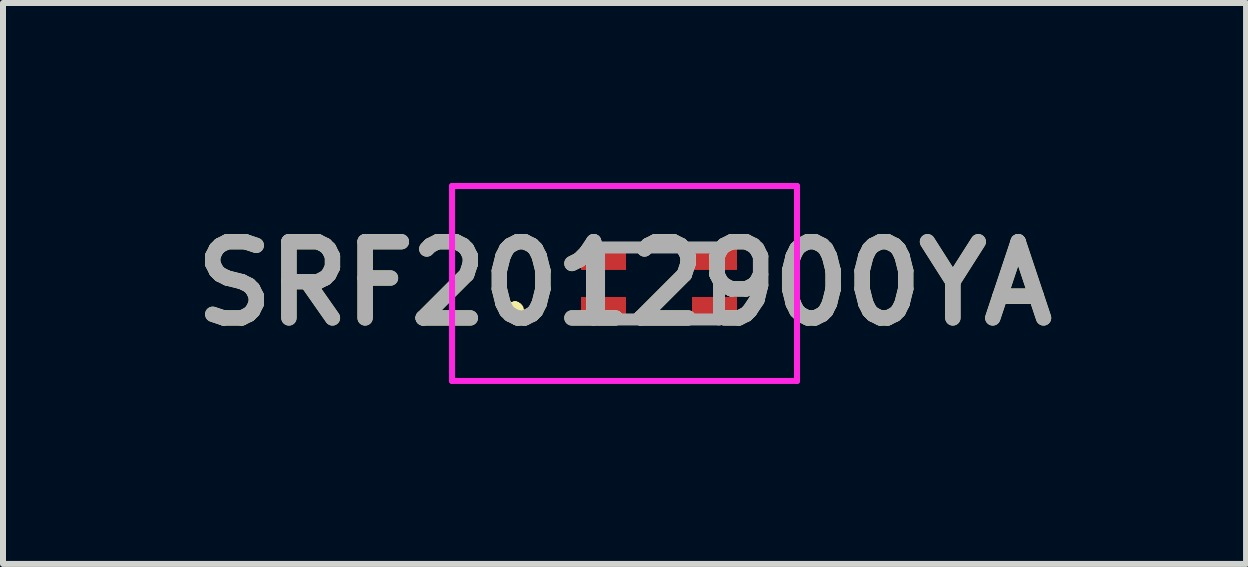
<source format=kicad_pcb>
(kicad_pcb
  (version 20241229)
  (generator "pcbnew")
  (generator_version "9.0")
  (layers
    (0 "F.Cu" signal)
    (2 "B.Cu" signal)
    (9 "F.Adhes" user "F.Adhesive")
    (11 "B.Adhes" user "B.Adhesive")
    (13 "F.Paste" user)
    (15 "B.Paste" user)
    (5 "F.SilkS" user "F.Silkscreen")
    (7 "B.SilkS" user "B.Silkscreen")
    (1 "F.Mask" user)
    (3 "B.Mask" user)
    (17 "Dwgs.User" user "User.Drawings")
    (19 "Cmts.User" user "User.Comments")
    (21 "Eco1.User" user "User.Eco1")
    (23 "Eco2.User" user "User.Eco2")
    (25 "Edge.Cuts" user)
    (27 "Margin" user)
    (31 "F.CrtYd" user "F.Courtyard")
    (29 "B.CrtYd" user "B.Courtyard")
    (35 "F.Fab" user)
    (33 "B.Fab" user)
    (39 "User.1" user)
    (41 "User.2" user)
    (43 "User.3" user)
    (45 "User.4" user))
  (footprint "SRF2012900YA"
    (layer "F.Cu")
    (at 7.935 1.675)
    (property "Reference" "SRF2012900YA" (at -0.575 0 0) (layer "F.SilkS") (effects (font (size 1.27 1.27) (thickness 0.254))))
    (attr smd)
    (fp_line (start -2.4 0.4) (end -2.4 0.4) (stroke (width 0.2) (type solid)) (layer "F.SilkS"))
    (fp_line (start -2.4 0.4) (end -2.4 0.4) (stroke (width 0.2) (type solid)) (layer "F.SilkS"))
    (fp_line (start -2.4 0.5) (end -2.4 0.5) (stroke (width 0.2) (type solid)) (layer "F.SilkS"))
    (fp_arc (start -2.4 0.4) (mid -2.35 0.45) (end -2.4 0.5) (stroke (width 0.2) (type solid)) (layer "F.SilkS"))
    (fp_arc (start -2.4 0.5) (mid -2.45 0.45) (end -2.4 0.4) (stroke (width 0.2) (type solid)) (layer "F.SilkS"))
    (fp_arc (start -2.4 0.5) (mid -2.45 0.45) (end -2.4 0.4) (stroke (width 0.2) (type solid)) (layer "F.SilkS"))
    (fp_line (start -3.45 -1.625) (end -3.45 1.625) (stroke (width 0.1) (type solid)) (layer "F.CrtYd"))
    (fp_line (start -3.45 1.625) (end 2.3 1.625) (stroke (width 0.1) (type solid)) (layer "F.CrtYd"))
    (fp_line (start 2.3 -1.625) (end -3.45 -1.625) (stroke (width 0.1) (type solid)) (layer "F.CrtYd"))
    (fp_line (start 2.3 1.625) (end 2.3 -1.625) (stroke (width 0.1) (type solid)) (layer "F.CrtYd"))
    (fp_line (start -1 -0.6) (end 1 -0.6) (stroke (width 0.2) (type solid)) (layer "F.Fab"))
    (fp_line (start -1 0.6) (end -1 -0.6) (stroke (width 0.2) (type solid)) (layer "F.Fab"))
    (fp_line (start 1 -0.6) (end 1 0.6) (stroke (width 0.2) (type solid)) (layer "F.Fab"))
    (fp_line (start 1 0.6) (end -1 0.6) (stroke (width 0.2) (type solid)) (layer "F.Fab"))
    (fp_text user "${REFERENCE}" (at -0.575 0 0) (layer "F.Fab") (effects (font (size 1.27 1.27) (thickness 0.254))))
    (pad "1" smd rect (at -0.925 0.425 90) (size 0.4 0.75) (layers "F.Cu" "F.Mask" "F.Paste"))
    (pad "2" smd rect (at 0.925 0.425 90) (size 0.4 0.75) (layers "F.Cu" "F.Mask" "F.Paste"))
    (pad "3" smd rect (at 0.925 -0.425 90) (size 0.4 0.75) (layers "F.Cu" "F.Mask" "F.Paste"))
    (pad "4" smd rect (at -0.925 -0.425 90) (size 0.4 0.75) (layers "F.Cu" "F.Mask" "F.Paste")))
  (gr_rect
    (start -3 -3)
    (end 17.72 6.35)
    (stroke (width 0.1) (type default))
    (fill no)
    (layer "Edge.Cuts")))
</source>
